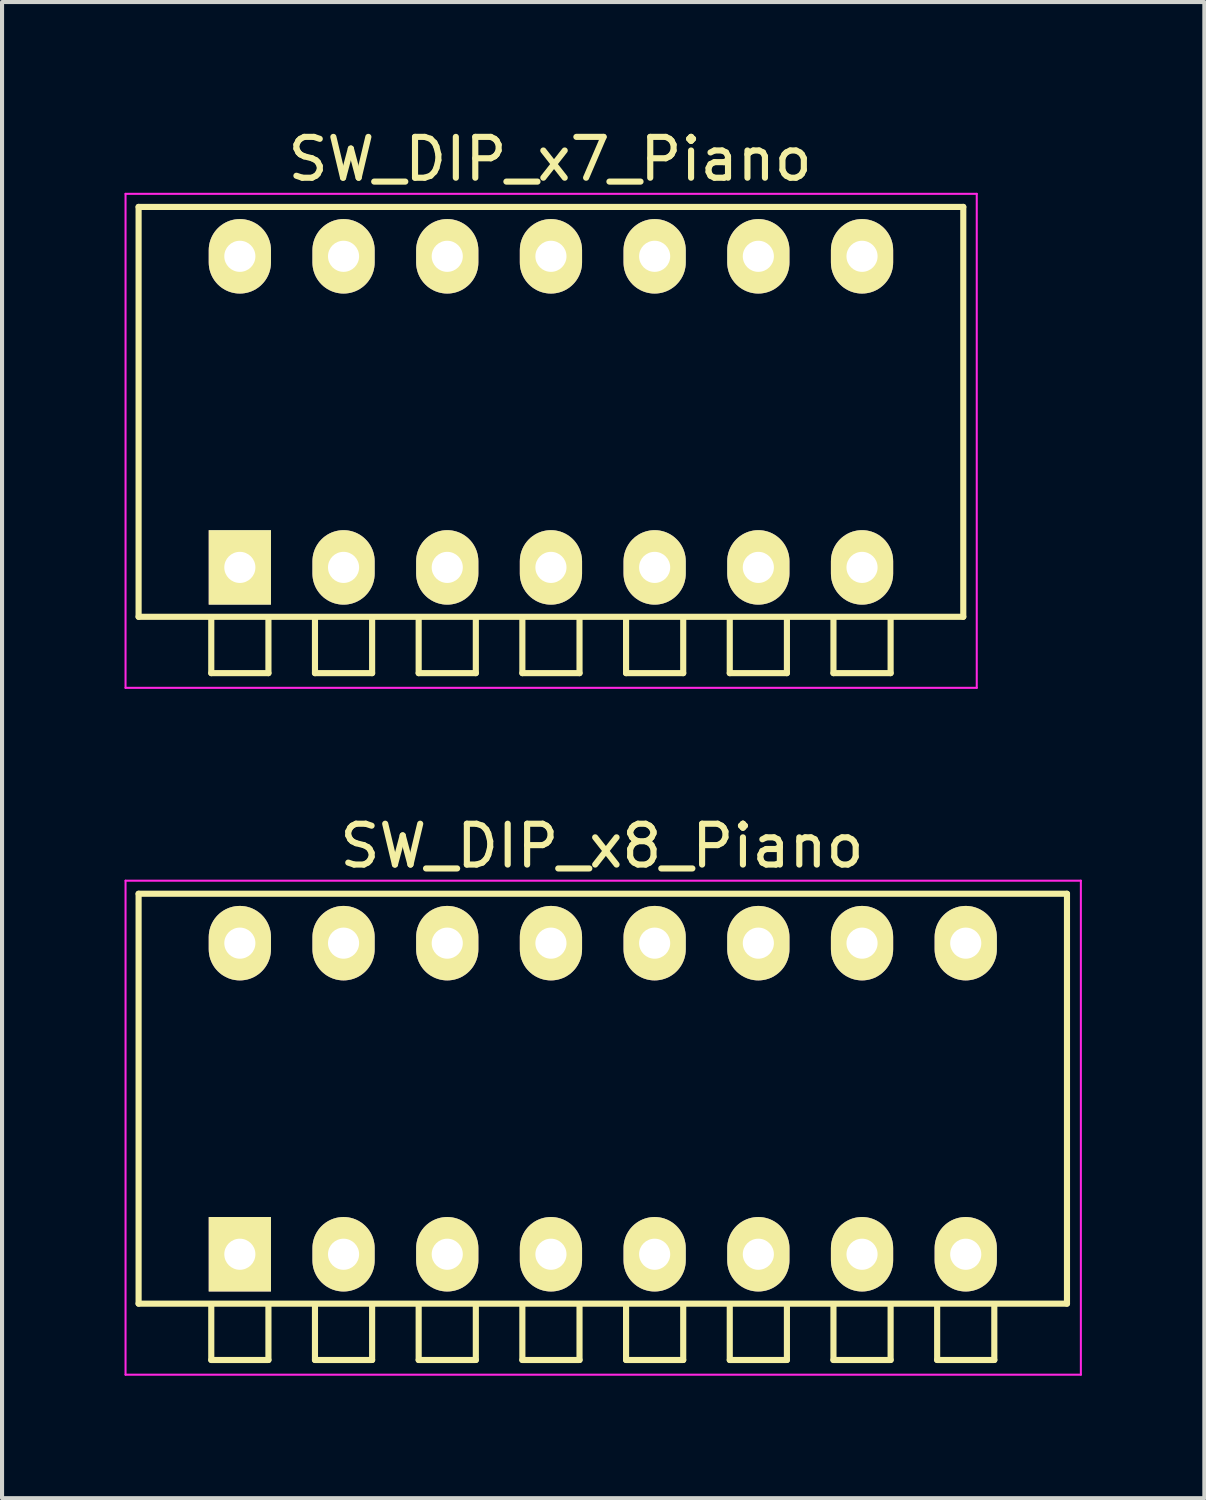
<source format=kicad_pcb>
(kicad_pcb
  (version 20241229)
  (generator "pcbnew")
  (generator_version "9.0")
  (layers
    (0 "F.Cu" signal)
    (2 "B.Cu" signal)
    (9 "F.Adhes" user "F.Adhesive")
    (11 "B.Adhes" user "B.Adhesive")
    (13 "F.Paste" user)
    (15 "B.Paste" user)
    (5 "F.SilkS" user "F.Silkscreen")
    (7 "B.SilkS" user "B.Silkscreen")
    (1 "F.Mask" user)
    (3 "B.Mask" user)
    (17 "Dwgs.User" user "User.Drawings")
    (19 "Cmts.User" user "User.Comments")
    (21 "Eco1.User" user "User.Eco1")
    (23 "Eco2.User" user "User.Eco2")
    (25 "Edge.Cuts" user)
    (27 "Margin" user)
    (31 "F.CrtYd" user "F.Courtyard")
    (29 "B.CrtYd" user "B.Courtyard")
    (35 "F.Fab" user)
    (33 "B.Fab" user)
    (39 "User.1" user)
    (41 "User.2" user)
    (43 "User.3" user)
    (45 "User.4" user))
  (footprint "SW_DIP_x7_Piano"
    (layer "F.Cu")
    (at 2.825 10.848)
    (property "Reference" "SW_DIP_x7_Piano" (at 7.6 -10 0) (layer "F.SilkS") (effects (font (size 1 1) (thickness 0.15))))
    (attr through_hole)
    (fp_line (start -2.48 -8.83) (end 17.72 -8.83) (stroke (width 0.15) (type solid)) (layer "F.SilkS"))
    (fp_line (start -2.48 1.21) (end -2.48 -8.83) (stroke (width 0.15) (type solid)) (layer "F.SilkS"))
    (fp_line (start -0.7 1.22) (end -0.7 2.59) (stroke (width 0.15) (type solid)) (layer "F.SilkS"))
    (fp_line (start -0.7 2.59) (end 0.7 2.59) (stroke (width 0.15) (type solid)) (layer "F.SilkS"))
    (fp_line (start 0.7 2.59) (end 0.7 1.22) (stroke (width 0.15) (type solid)) (layer "F.SilkS"))
    (fp_line (start 1.84 1.22) (end 1.84 2.59) (stroke (width 0.15) (type solid)) (layer "F.SilkS"))
    (fp_line (start 1.84 2.59) (end 3.24 2.59) (stroke (width 0.15) (type solid)) (layer "F.SilkS"))
    (fp_line (start 3.24 2.59) (end 3.24 1.22) (stroke (width 0.15) (type solid)) (layer "F.SilkS"))
    (fp_line (start 4.38 1.22) (end 4.38 2.59) (stroke (width 0.15) (type solid)) (layer "F.SilkS"))
    (fp_line (start 4.38 2.59) (end 5.78 2.59) (stroke (width 0.15) (type solid)) (layer "F.SilkS"))
    (fp_line (start 5.78 2.59) (end 5.78 1.22) (stroke (width 0.15) (type solid)) (layer "F.SilkS"))
    (fp_line (start 6.92 1.22) (end 6.92 2.59) (stroke (width 0.15) (type solid)) (layer "F.SilkS"))
    (fp_line (start 6.92 2.59) (end 8.32 2.59) (stroke (width 0.15) (type solid)) (layer "F.SilkS"))
    (fp_line (start 8.32 2.59) (end 8.32 1.22) (stroke (width 0.15) (type solid)) (layer "F.SilkS"))
    (fp_line (start 9.46 1.22) (end 9.46 2.59) (stroke (width 0.15) (type solid)) (layer "F.SilkS"))
    (fp_line (start 9.46 2.59) (end 10.86 2.59) (stroke (width 0.15) (type solid)) (layer "F.SilkS"))
    (fp_line (start 10.86 2.59) (end 10.86 1.22) (stroke (width 0.15) (type solid)) (layer "F.SilkS"))
    (fp_line (start 12 1.22) (end 12 2.59) (stroke (width 0.15) (type solid)) (layer "F.SilkS"))
    (fp_line (start 12 2.59) (end 13.4 2.59) (stroke (width 0.15) (type solid)) (layer "F.SilkS"))
    (fp_line (start 13.4 2.59) (end 13.4 1.22) (stroke (width 0.15) (type solid)) (layer "F.SilkS"))
    (fp_line (start 14.54 1.22) (end 14.54 2.59) (stroke (width 0.15) (type solid)) (layer "F.SilkS"))
    (fp_line (start 14.54 2.59) (end 15.94 2.59) (stroke (width 0.15) (type solid)) (layer "F.SilkS"))
    (fp_line (start 15.94 2.59) (end 15.94 1.22) (stroke (width 0.15) (type solid)) (layer "F.SilkS"))
    (fp_line (start 17.72 -8.83) (end 17.72 1.21) (stroke (width 0.15) (type solid)) (layer "F.SilkS"))
    (fp_line (start 17.72 1.21) (end -2.48 1.21) (stroke (width 0.15) (type solid)) (layer "F.SilkS"))
    (fp_line (start -2.8 -9.15) (end -2.8 2.95) (stroke (width 0.05) (type solid)) (layer "F.CrtYd"))
    (fp_line (start -2.8 2.95) (end 18.05 2.95) (stroke (width 0.05) (type solid)) (layer "F.CrtYd"))
    (fp_line (start 18.05 -9.15) (end -2.8 -9.15) (stroke (width 0.05) (type solid)) (layer "F.CrtYd"))
    (fp_line (start 18.05 2.95) (end 18.05 -9.15) (stroke (width 0.05) (type solid)) (layer "F.CrtYd"))
    (pad "1" thru_hole rect (at 0 0) (size 1.524 1.824) (drill 0.762) (layers "*.Cu" "*.Mask" "F.SilkS"))
    (pad "2" thru_hole oval (at 2.54 0) (size 1.524 1.824) (drill 0.762) (layers "*.Cu" "*.Mask" "F.SilkS"))
    (pad "3" thru_hole oval (at 5.08 0) (size 1.524 1.824) (drill 0.762) (layers "*.Cu" "*.Mask" "F.SilkS"))
    (pad "4" thru_hole oval (at 7.62 0) (size 1.524 1.824) (drill 0.762) (layers "*.Cu" "*.Mask" "F.SilkS"))
    (pad "5" thru_hole oval (at 10.16 0) (size 1.524 1.824) (drill 0.762) (layers "*.Cu" "*.Mask" "F.SilkS"))
    (pad "6" thru_hole oval (at 12.7 0) (size 1.524 1.824) (drill 0.762) (layers "*.Cu" "*.Mask" "F.SilkS"))
    (pad "7" thru_hole oval (at 15.24 0) (size 1.524 1.824) (drill 0.762) (layers "*.Cu" "*.Mask" "F.SilkS"))
    (pad "8" thru_hole oval (at 15.24 -7.62) (size 1.524 1.824) (drill 0.762) (layers "*.Cu" "*.Mask" "F.SilkS"))
    (pad "9" thru_hole oval (at 12.7 -7.62) (size 1.524 1.824) (drill 0.762) (layers "*.Cu" "*.Mask" "F.SilkS"))
    (pad "10" thru_hole oval (at 10.16 -7.62) (size 1.524 1.824) (drill 0.762) (layers "*.Cu" "*.Mask" "F.SilkS"))
    (pad "11" thru_hole oval (at 7.62 -7.62) (size 1.524 1.824) (drill 0.762) (layers "*.Cu" "*.Mask" "F.SilkS"))
    (pad "12" thru_hole oval (at 5.08 -7.62) (size 1.524 1.824) (drill 0.762) (layers "*.Cu" "*.Mask" "F.SilkS"))
    (pad "13" thru_hole oval (at 2.54 -7.62) (size 1.524 1.824) (drill 0.762) (layers "*.Cu" "*.Mask" "F.SilkS"))
    (pad "14" thru_hole oval (at 0 -7.62) (size 1.524 1.824) (drill 0.762) (layers "*.Cu" "*.Mask" "F.SilkS")))
  (footprint "SW_DIP_x8_Piano"
    (layer "F.Cu")
    (at 2.825 27.672)
    (property "Reference" "SW_DIP_x8_Piano" (at 8.87 -10 0) (layer "F.SilkS") (effects (font (size 1 1) (thickness 0.15))))
    (attr through_hole)
    (fp_line (start -2.48 -8.83) (end 20.26 -8.83) (stroke (width 0.15) (type solid)) (layer "F.SilkS"))
    (fp_line (start -2.48 1.21) (end -2.48 -8.83) (stroke (width 0.15) (type solid)) (layer "F.SilkS"))
    (fp_line (start -0.7 1.22) (end -0.7 2.59) (stroke (width 0.15) (type solid)) (layer "F.SilkS"))
    (fp_line (start -0.7 2.59) (end 0.7 2.59) (stroke (width 0.15) (type solid)) (layer "F.SilkS"))
    (fp_line (start 0.7 2.59) (end 0.7 1.22) (stroke (width 0.15) (type solid)) (layer "F.SilkS"))
    (fp_line (start 1.84 1.22) (end 1.84 2.59) (stroke (width 0.15) (type solid)) (layer "F.SilkS"))
    (fp_line (start 1.84 2.59) (end 3.24 2.59) (stroke (width 0.15) (type solid)) (layer "F.SilkS"))
    (fp_line (start 3.24 2.59) (end 3.24 1.22) (stroke (width 0.15) (type solid)) (layer "F.SilkS"))
    (fp_line (start 4.38 1.22) (end 4.38 2.59) (stroke (width 0.15) (type solid)) (layer "F.SilkS"))
    (fp_line (start 4.38 2.59) (end 5.78 2.59) (stroke (width 0.15) (type solid)) (layer "F.SilkS"))
    (fp_line (start 5.78 2.59) (end 5.78 1.22) (stroke (width 0.15) (type solid)) (layer "F.SilkS"))
    (fp_line (start 6.92 1.22) (end 6.92 2.59) (stroke (width 0.15) (type solid)) (layer "F.SilkS"))
    (fp_line (start 6.92 2.59) (end 8.32 2.59) (stroke (width 0.15) (type solid)) (layer "F.SilkS"))
    (fp_line (start 8.32 2.59) (end 8.32 1.22) (stroke (width 0.15) (type solid)) (layer "F.SilkS"))
    (fp_line (start 9.46 1.22) (end 9.46 2.59) (stroke (width 0.15) (type solid)) (layer "F.SilkS"))
    (fp_line (start 9.46 2.59) (end 10.86 2.59) (stroke (width 0.15) (type solid)) (layer "F.SilkS"))
    (fp_line (start 10.86 2.59) (end 10.86 1.22) (stroke (width 0.15) (type solid)) (layer "F.SilkS"))
    (fp_line (start 12 1.22) (end 12 2.59) (stroke (width 0.15) (type solid)) (layer "F.SilkS"))
    (fp_line (start 12 2.59) (end 13.4 2.59) (stroke (width 0.15) (type solid)) (layer "F.SilkS"))
    (fp_line (start 13.4 2.59) (end 13.4 1.22) (stroke (width 0.15) (type solid)) (layer "F.SilkS"))
    (fp_line (start 14.54 1.22) (end 14.54 2.59) (stroke (width 0.15) (type solid)) (layer "F.SilkS"))
    (fp_line (start 14.54 2.59) (end 15.94 2.59) (stroke (width 0.15) (type solid)) (layer "F.SilkS"))
    (fp_line (start 15.94 2.59) (end 15.94 1.22) (stroke (width 0.15) (type solid)) (layer "F.SilkS"))
    (fp_line (start 17.08 1.22) (end 17.08 2.59) (stroke (width 0.15) (type solid)) (layer "F.SilkS"))
    (fp_line (start 17.08 2.59) (end 18.48 2.59) (stroke (width 0.15) (type solid)) (layer "F.SilkS"))
    (fp_line (start 18.48 2.59) (end 18.48 1.22) (stroke (width 0.15) (type solid)) (layer "F.SilkS"))
    (fp_line (start 20.26 -8.83) (end 20.26 1.21) (stroke (width 0.15) (type solid)) (layer "F.SilkS"))
    (fp_line (start 20.26 1.21) (end -2.48 1.21) (stroke (width 0.15) (type solid)) (layer "F.SilkS"))
    (fp_line (start -2.8 -9.15) (end -2.8 2.95) (stroke (width 0.05) (type solid)) (layer "F.CrtYd"))
    (fp_line (start -2.8 2.95) (end 20.6 2.95) (stroke (width 0.05) (type solid)) (layer "F.CrtYd"))
    (fp_line (start 20.6 -9.15) (end -2.8 -9.15) (stroke (width 0.05) (type solid)) (layer "F.CrtYd"))
    (fp_line (start 20.6 2.95) (end 20.6 -9.15) (stroke (width 0.05) (type solid)) (layer "F.CrtYd"))
    (pad "1" thru_hole rect (at 0 0) (size 1.524 1.824) (drill 0.762) (layers "*.Cu" "*.Mask" "F.SilkS"))
    (pad "2" thru_hole oval (at 2.54 0) (size 1.524 1.824) (drill 0.762) (layers "*.Cu" "*.Mask" "F.SilkS"))
    (pad "3" thru_hole oval (at 5.08 0) (size 1.524 1.824) (drill 0.762) (layers "*.Cu" "*.Mask" "F.SilkS"))
    (pad "4" thru_hole oval (at 7.62 0) (size 1.524 1.824) (drill 0.762) (layers "*.Cu" "*.Mask" "F.SilkS"))
    (pad "5" thru_hole oval (at 10.16 0) (size 1.524 1.824) (drill 0.762) (layers "*.Cu" "*.Mask" "F.SilkS"))
    (pad "6" thru_hole oval (at 12.7 0) (size 1.524 1.824) (drill 0.762) (layers "*.Cu" "*.Mask" "F.SilkS"))
    (pad "7" thru_hole oval (at 15.24 0) (size 1.524 1.824) (drill 0.762) (layers "*.Cu" "*.Mask" "F.SilkS"))
    (pad "8" thru_hole oval (at 17.78 0) (size 1.524 1.824) (drill 0.762) (layers "*.Cu" "*.Mask" "F.SilkS"))
    (pad "9" thru_hole oval (at 17.78 -7.62) (size 1.524 1.824) (drill 0.762) (layers "*.Cu" "*.Mask" "F.SilkS"))
    (pad "10" thru_hole oval (at 15.24 -7.62) (size 1.524 1.824) (drill 0.762) (layers "*.Cu" "*.Mask" "F.SilkS"))
    (pad "11" thru_hole oval (at 12.7 -7.62) (size 1.524 1.824) (drill 0.762) (layers "*.Cu" "*.Mask" "F.SilkS"))
    (pad "12" thru_hole oval (at 10.16 -7.62) (size 1.524 1.824) (drill 0.762) (layers "*.Cu" "*.Mask" "F.SilkS"))
    (pad "13" thru_hole oval (at 7.62 -7.62) (size 1.524 1.824) (drill 0.762) (layers "*.Cu" "*.Mask" "F.SilkS"))
    (pad "14" thru_hole oval (at 5.08 -7.62) (size 1.524 1.824) (drill 0.762) (layers "*.Cu" "*.Mask" "F.SilkS"))
    (pad "15" thru_hole oval (at 2.54 -7.62) (size 1.524 1.824) (drill 0.762) (layers "*.Cu" "*.Mask" "F.SilkS"))
    (pad "16" thru_hole oval (at 0 -7.62) (size 1.524 1.824) (drill 0.762) (layers "*.Cu" "*.Mask" "F.SilkS")))
  (gr_rect
    (start -3 -3)
    (end 26.45 33.647)
    (stroke (width 0.1) (type default))
    (fill no)
    (layer "Edge.Cuts")))
</source>
